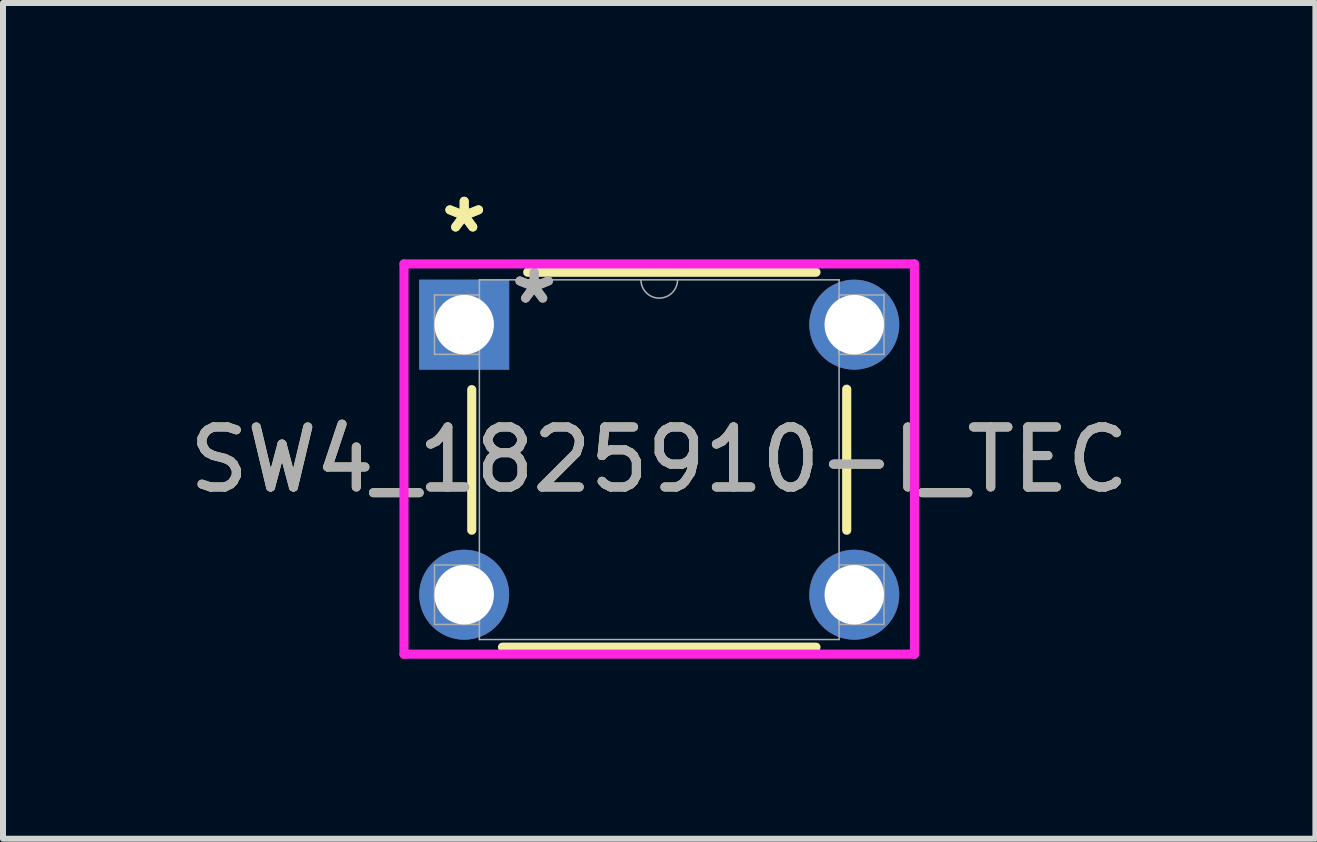
<source format=kicad_pcb>
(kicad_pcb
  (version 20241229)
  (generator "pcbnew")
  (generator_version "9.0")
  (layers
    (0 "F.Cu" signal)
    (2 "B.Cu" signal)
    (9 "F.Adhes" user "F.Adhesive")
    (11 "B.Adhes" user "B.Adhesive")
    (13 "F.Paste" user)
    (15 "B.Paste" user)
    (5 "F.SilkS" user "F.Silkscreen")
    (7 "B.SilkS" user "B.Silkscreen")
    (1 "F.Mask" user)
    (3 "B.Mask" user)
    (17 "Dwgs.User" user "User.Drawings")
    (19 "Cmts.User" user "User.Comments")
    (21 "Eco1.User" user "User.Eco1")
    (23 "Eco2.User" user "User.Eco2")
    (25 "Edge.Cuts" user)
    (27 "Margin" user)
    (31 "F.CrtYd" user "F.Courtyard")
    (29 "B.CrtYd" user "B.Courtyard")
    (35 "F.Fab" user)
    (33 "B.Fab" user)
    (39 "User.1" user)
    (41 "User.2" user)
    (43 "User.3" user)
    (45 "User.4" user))
  (footprint "SW4_1825910-I_TEC"
    (layer "F.Cu")
    (at 11.185 6.86)
    (property "Reference" "SW4_1825910-I_TEC" (at -3.25 -2.25 0) (unlocked yes) (layer "F.SilkS") (effects (font (size 1 1) (thickness 0.15))))
    (attr through_hole)
    (fp_line (start -6.374 -3.418) (end -6.374 -1.075) (stroke (width 0.152) (type solid)) (layer "F.SilkS"))
    (fp_line (start -5.862 0.874) (end -0.638 0.874) (stroke (width 0.152) (type solid)) (layer "F.SilkS"))
    (fp_line (start -0.638 -5.374) (end -5.442 -5.374) (stroke (width 0.152) (type solid)) (layer "F.SilkS"))
    (fp_line (start -0.126 -1.075) (end -0.126 -3.425) (stroke (width 0.152) (type solid)) (layer "F.SilkS"))
    (fp_line (start -7.503 -5.512) (end 1.003 -5.512) (stroke (width 0.152) (type solid)) (layer "F.CrtYd"))
    (fp_line (start -7.503 0.991) (end -7.503 -5.512) (stroke (width 0.152) (type solid)) (layer "F.CrtYd"))
    (fp_line (start 1.003 -5.512) (end 1.003 0.991) (stroke (width 0.152) (type solid)) (layer "F.CrtYd"))
    (fp_line (start 1.003 0.991) (end -7.503 0.991) (stroke (width 0.152) (type solid)) (layer "F.CrtYd"))
    (fp_line (start -6.995 -4.995) (end -6.995 -4.005) (stroke (width 0.025) (type solid)) (layer "F.Fab"))
    (fp_line (start -6.995 -4.005) (end -6.247 -4.005) (stroke (width 0.025) (type solid)) (layer "F.Fab"))
    (fp_line (start -6.995 -0.495) (end -6.995 0.495) (stroke (width 0.025) (type solid)) (layer "F.Fab"))
    (fp_line (start -6.995 0.495) (end -6.247 0.495) (stroke (width 0.025) (type solid)) (layer "F.Fab"))
    (fp_line (start -6.247 -5.247) (end -6.247 0.747) (stroke (width 0.025) (type solid)) (layer "F.Fab"))
    (fp_line (start -6.247 -4.995) (end -6.995 -4.995) (stroke (width 0.025) (type solid)) (layer "F.Fab"))
    (fp_line (start -6.247 -4.005) (end -6.247 -4.995) (stroke (width 0.025) (type solid)) (layer "F.Fab"))
    (fp_line (start -6.247 -0.495) (end -6.995 -0.495) (stroke (width 0.025) (type solid)) (layer "F.Fab"))
    (fp_line (start -6.247 0.495) (end -6.247 -0.495) (stroke (width 0.025) (type solid)) (layer "F.Fab"))
    (fp_line (start -6.247 0.747) (end -0.253 0.747) (stroke (width 0.025) (type solid)) (layer "F.Fab"))
    (fp_line (start -0.253 -5.247) (end -6.247 -5.247) (stroke (width 0.025) (type solid)) (layer "F.Fab"))
    (fp_line (start -0.253 -4.995) (end -0.253 -4.005) (stroke (width 0.025) (type solid)) (layer "F.Fab"))
    (fp_line (start -0.253 -4.005) (end 0.495 -4.005) (stroke (width 0.025) (type solid)) (layer "F.Fab"))
    (fp_line (start -0.253 -0.495) (end -0.253 0.495) (stroke (width 0.025) (type solid)) (layer "F.Fab"))
    (fp_line (start -0.253 0.495) (end 0.495 0.495) (stroke (width 0.025) (type solid)) (layer "F.Fab"))
    (fp_line (start -0.253 0.747) (end -0.253 -5.247) (stroke (width 0.025) (type solid)) (layer "F.Fab"))
    (fp_line (start 0.495 -4.995) (end -0.253 -4.995) (stroke (width 0.025) (type solid)) (layer "F.Fab"))
    (fp_line (start 0.495 -4.005) (end 0.495 -4.995) (stroke (width 0.025) (type solid)) (layer "F.Fab"))
    (fp_line (start 0.495 -0.495) (end -0.253 -0.495) (stroke (width 0.025) (type solid)) (layer "F.Fab"))
    (fp_line (start 0.495 0.495) (end 0.495 -0.495) (stroke (width 0.025) (type solid)) (layer "F.Fab"))
    (fp_arc (start -2.9452 -5.247201) (mid -3.25 -4.942401) (end -3.5548 -5.247201) (stroke (width 0.0254) (type solid)) (layer "F.Fab"))
    (fp_text user "*" (at -6.5 -6.011 0) (layer "F.SilkS") (effects (font (size 1 1) (thickness 0.15))))
    (fp_text user "*" (at -6.5 -6.011 0) (unlocked yes) (layer "F.SilkS") (effects (font (size 1 1) (thickness 0.15))))
    (fp_text user "*" (at -5.334 -4.826 0) (layer "F.Fab") (effects (font (size 1 1) (thickness 0.15))))
    (fp_text user "${REFERENCE}" (at -3.25 -2.25 0) (unlocked yes) (layer "F.Fab") (effects (font (size 1 1) (thickness 0.15))))
    (fp_text user "*" (at -5.334 -4.826 0) (unlocked yes) (layer "F.Fab") (effects (font (size 1 1) (thickness 0.15))))
    (pad "1" thru_hole rect (at -6.5 -4.5) (size 1.499 1.499) (drill 0.991) (layers "*.Cu" "*.Mask"))
    (pad "2" thru_hole circle (at 0 -4.5) (size 1.499 1.499) (drill 0.991) (layers "*.Cu" "*.Mask"))
    (pad "3" thru_hole circle (at -6.5 0) (size 1.499 1.499) (drill 0.991) (layers "*.Cu" "*.Mask"))
    (pad "4" thru_hole circle (at 0 0) (size 1.499 1.499) (drill 0.991) (layers "*.Cu" "*.Mask")))
  (gr_rect
    (start -3 -3)
    (end 18.869 10.926)
    (stroke (width 0.1) (type default))
    (fill no)
    (layer "Edge.Cuts")))
</source>
